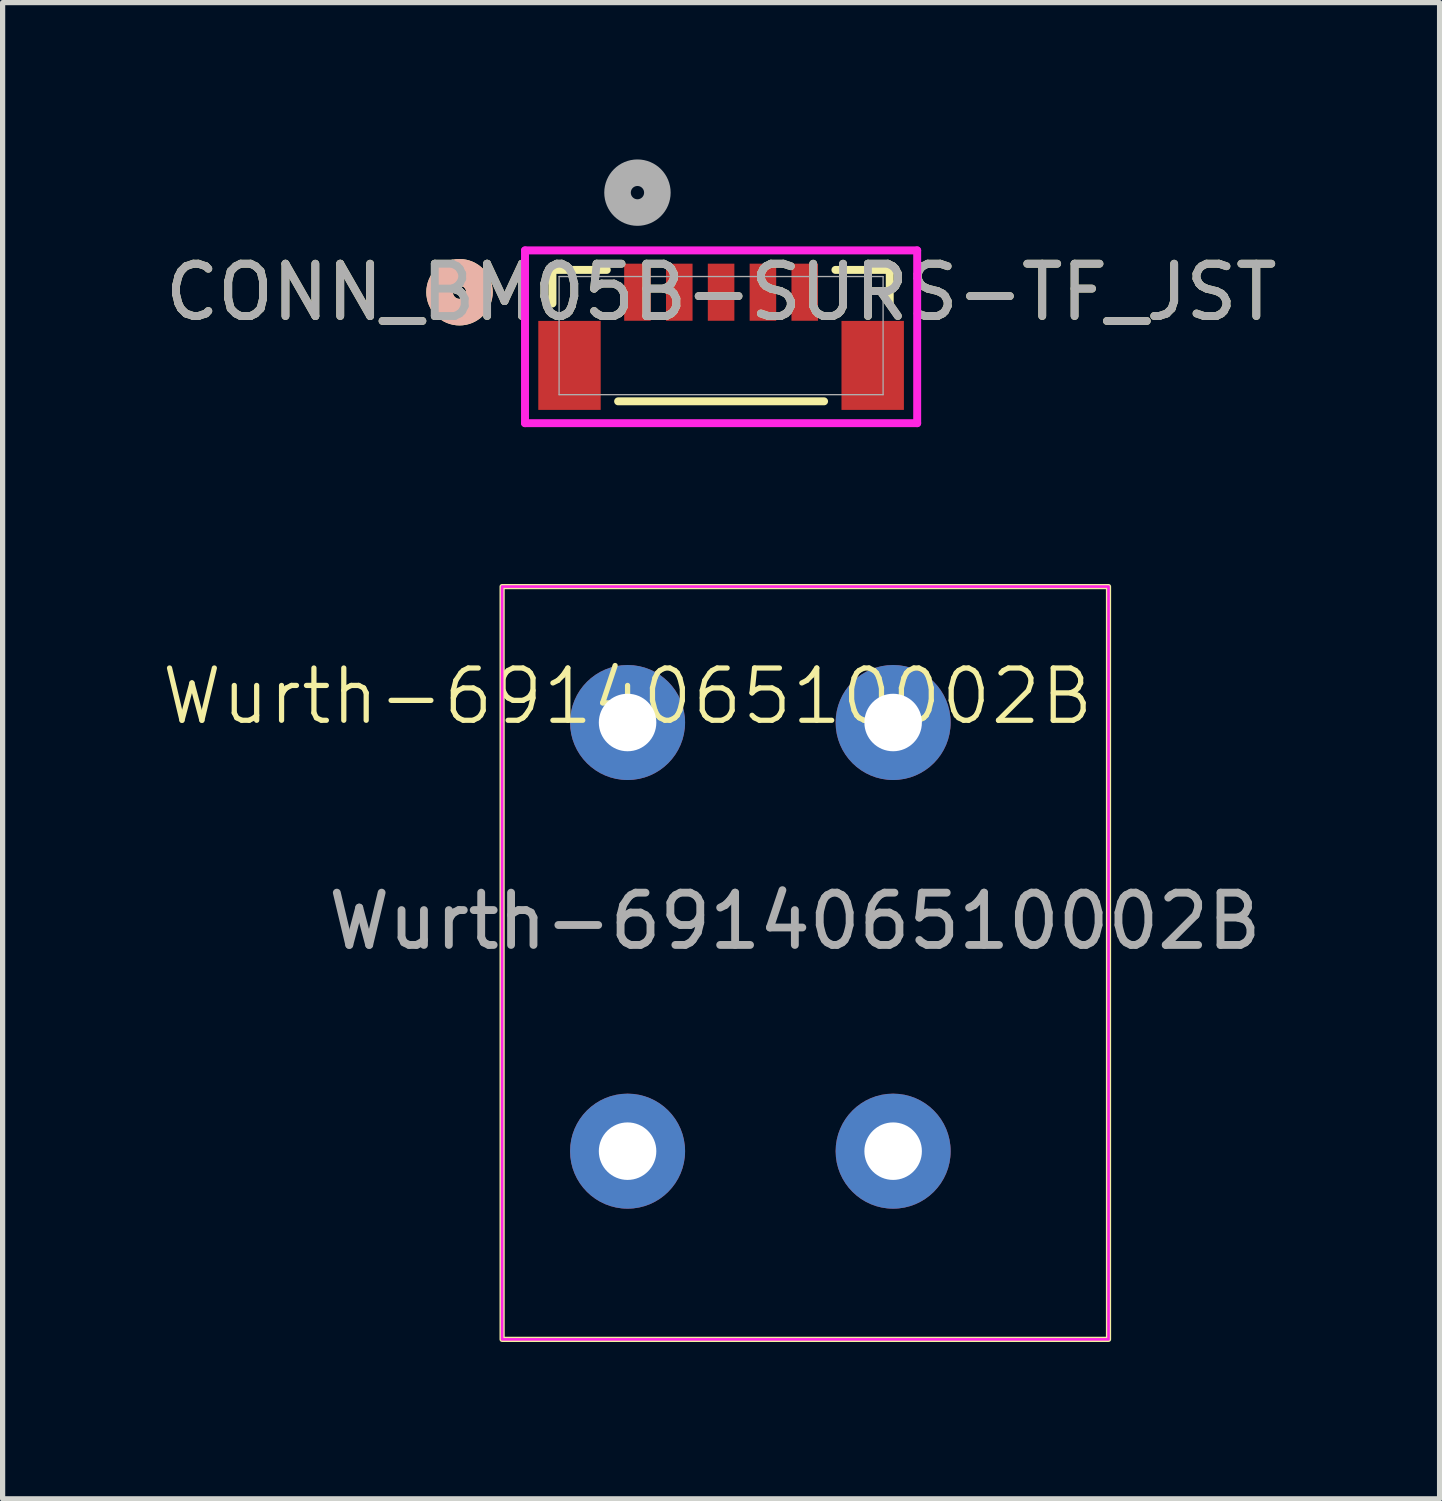
<source format=kicad_pcb>
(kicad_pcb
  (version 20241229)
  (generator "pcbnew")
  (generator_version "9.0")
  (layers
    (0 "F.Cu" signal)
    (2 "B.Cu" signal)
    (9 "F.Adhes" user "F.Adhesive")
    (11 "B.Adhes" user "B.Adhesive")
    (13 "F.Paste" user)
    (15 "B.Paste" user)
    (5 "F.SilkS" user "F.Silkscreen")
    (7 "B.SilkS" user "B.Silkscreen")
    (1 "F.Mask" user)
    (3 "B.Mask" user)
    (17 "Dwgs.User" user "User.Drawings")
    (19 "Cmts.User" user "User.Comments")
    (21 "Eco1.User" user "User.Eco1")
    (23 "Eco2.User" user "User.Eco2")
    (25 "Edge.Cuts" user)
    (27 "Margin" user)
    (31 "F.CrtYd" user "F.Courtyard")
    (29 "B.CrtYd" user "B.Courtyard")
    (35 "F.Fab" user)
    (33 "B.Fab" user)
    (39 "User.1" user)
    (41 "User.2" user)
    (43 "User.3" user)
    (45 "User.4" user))
  (footprint "Wurth-691406510002B"
    (layer "F.Cu")
    (at 8.955 10.771)
    (property "Reference" "Wurth-691406510002B" (at 0 -0.5 0) (unlocked yes) (layer "F.SilkS") (effects (font (size 1 1) (thickness 0.1))))
    (attr through_hole)
    (fp_rect (start -2.4 -2.6) (end 9.2 11.8) (stroke (width 0.1) (type default)) (fill no) (layer "F.SilkS"))
    (fp_rect (start -2.4 11.8) (end 9.2 -2.6) (stroke (width 0.05) (type default)) (fill no) (layer "F.CrtYd"))
    (fp_text user "${REFERENCE}" (at 3.2 3.8 0) (unlocked yes) (layer "F.Fab") (effects (font (size 1 1) (thickness 0.15))))
    (pad "1" thru_hole circle (at 0 0) (size 2.2 2.2) (drill 1.1) (layers "*.Cu" "*.Mask"))
    (pad "1" thru_hole circle (at 0 8.2) (size 2.2 2.2) (drill 1.1) (layers "*.Cu" "*.Mask"))
    (pad "2" thru_hole circle (at 5.08 0) (size 2.2 2.2) (drill 1.1) (layers "*.Cu" "*.Mask"))
    (pad "2" thru_hole circle (at 5.08 8.2) (size 2.2 2.2) (drill 1.1) (layers "*.Cu" "*.Mask")))
  (footprint "CONN_BM05B-SURS-TF_JST"
    (layer "F.Cu")
    (at 10.744 3.37)
    (property "Reference" "CONN_BM05B-SURS-TF_JST" (at 0 -0.83 0) (unlocked yes) (layer "F.SilkS") (effects (font (size 1 1) (thickness 0.15))))
    (attr smd)
    (fp_line (start -3.226 -1.257) (end -3.226 -0.614) (stroke (width 0.152) (type solid)) (layer "F.SilkS"))
    (fp_line (start -2.187 -1.257) (end -3.226 -1.257) (stroke (width 0.152) (type solid)) (layer "F.SilkS"))
    (fp_line (start -1.97 1.257) (end 1.97 1.257) (stroke (width 0.152) (type solid)) (layer "F.SilkS"))
    (fp_line (start 3.226 -1.257) (end 2.187 -1.257) (stroke (width 0.152) (type solid)) (layer "F.SilkS"))
    (fp_line (start 3.226 -0.614) (end 3.226 -1.257) (stroke (width 0.152) (type solid)) (layer "F.SilkS"))
    (fp_circle (center -5.004 -0.83) (end -4.623 -0.83) (stroke (width 0.508) (type solid)) (fill no) (layer "F.SilkS"))
    (fp_circle (center -5.004 -0.83) (end -4.623 -0.83) (stroke (width 0.508) (type solid)) (fill no) (layer "B.SilkS"))
    (fp_line (start -3.751 -1.63) (end -3.751 1.675) (stroke (width 0.152) (type solid)) (layer "F.CrtYd"))
    (fp_line (start -3.751 1.675) (end 3.751 1.675) (stroke (width 0.152) (type solid)) (layer "F.CrtYd"))
    (fp_line (start 3.751 -1.63) (end -3.751 -1.63) (stroke (width 0.152) (type solid)) (layer "F.CrtYd"))
    (fp_line (start 3.751 1.675) (end 3.751 -1.63) (stroke (width 0.152) (type solid)) (layer "F.CrtYd"))
    (fp_line (start -3.099 -1.13) (end -3.099 1.13) (stroke (width 0.025) (type solid)) (layer "F.Fab"))
    (fp_line (start -3.099 1.13) (end 3.099 1.13) (stroke (width 0.025) (type solid)) (layer "F.Fab"))
    (fp_line (start 3.099 -1.13) (end -3.099 -1.13) (stroke (width 0.025) (type solid)) (layer "F.Fab"))
    (fp_line (start 3.099 1.13) (end 3.099 -1.13) (stroke (width 0.025) (type solid)) (layer "F.Fab"))
    (fp_circle (center -1.6 -2.735) (end -1.219 -2.735) (stroke (width 0.508) (type solid)) (fill no) (layer "F.Fab"))
    (fp_text user "${REFERENCE}" (at 0 -0.83 0) (unlocked yes) (layer "F.Fab") (effects (font (size 1 1) (thickness 0.15))))
    (pad "1" smd rect (at -1.6 -0.83) (size 0.508 1.092) (layers "F.Cu" "F.Mask" "F.Paste"))
    (pad "2" smd rect (at -0.8 -0.83) (size 0.508 1.092) (layers "F.Cu" "F.Mask" "F.Paste"))
    (pad "3" smd rect (at 0 -0.83) (size 0.508 1.092) (layers "F.Cu" "F.Mask" "F.Paste"))
    (pad "4" smd rect (at 0.8 -0.83) (size 0.508 1.092) (layers "F.Cu" "F.Mask" "F.Paste"))
    (pad "5" smd rect (at 1.6 -0.83) (size 0.508 1.092) (layers "F.Cu" "F.Mask" "F.Paste"))
    (pad "6" smd rect (at -2.9 0.57) (size 1.194 1.702) (layers "F.Cu" "F.Mask" "F.Paste"))
    (pad "7" smd rect (at 2.9 0.57) (size 1.194 1.702) (layers "F.Cu" "F.Mask" "F.Paste")))
  (gr_rect
    (start -3 -3)
    (end 24.488 25.621)
    (stroke (width 0.1) (type default))
    (fill no)
    (layer "Edge.Cuts")))
</source>
